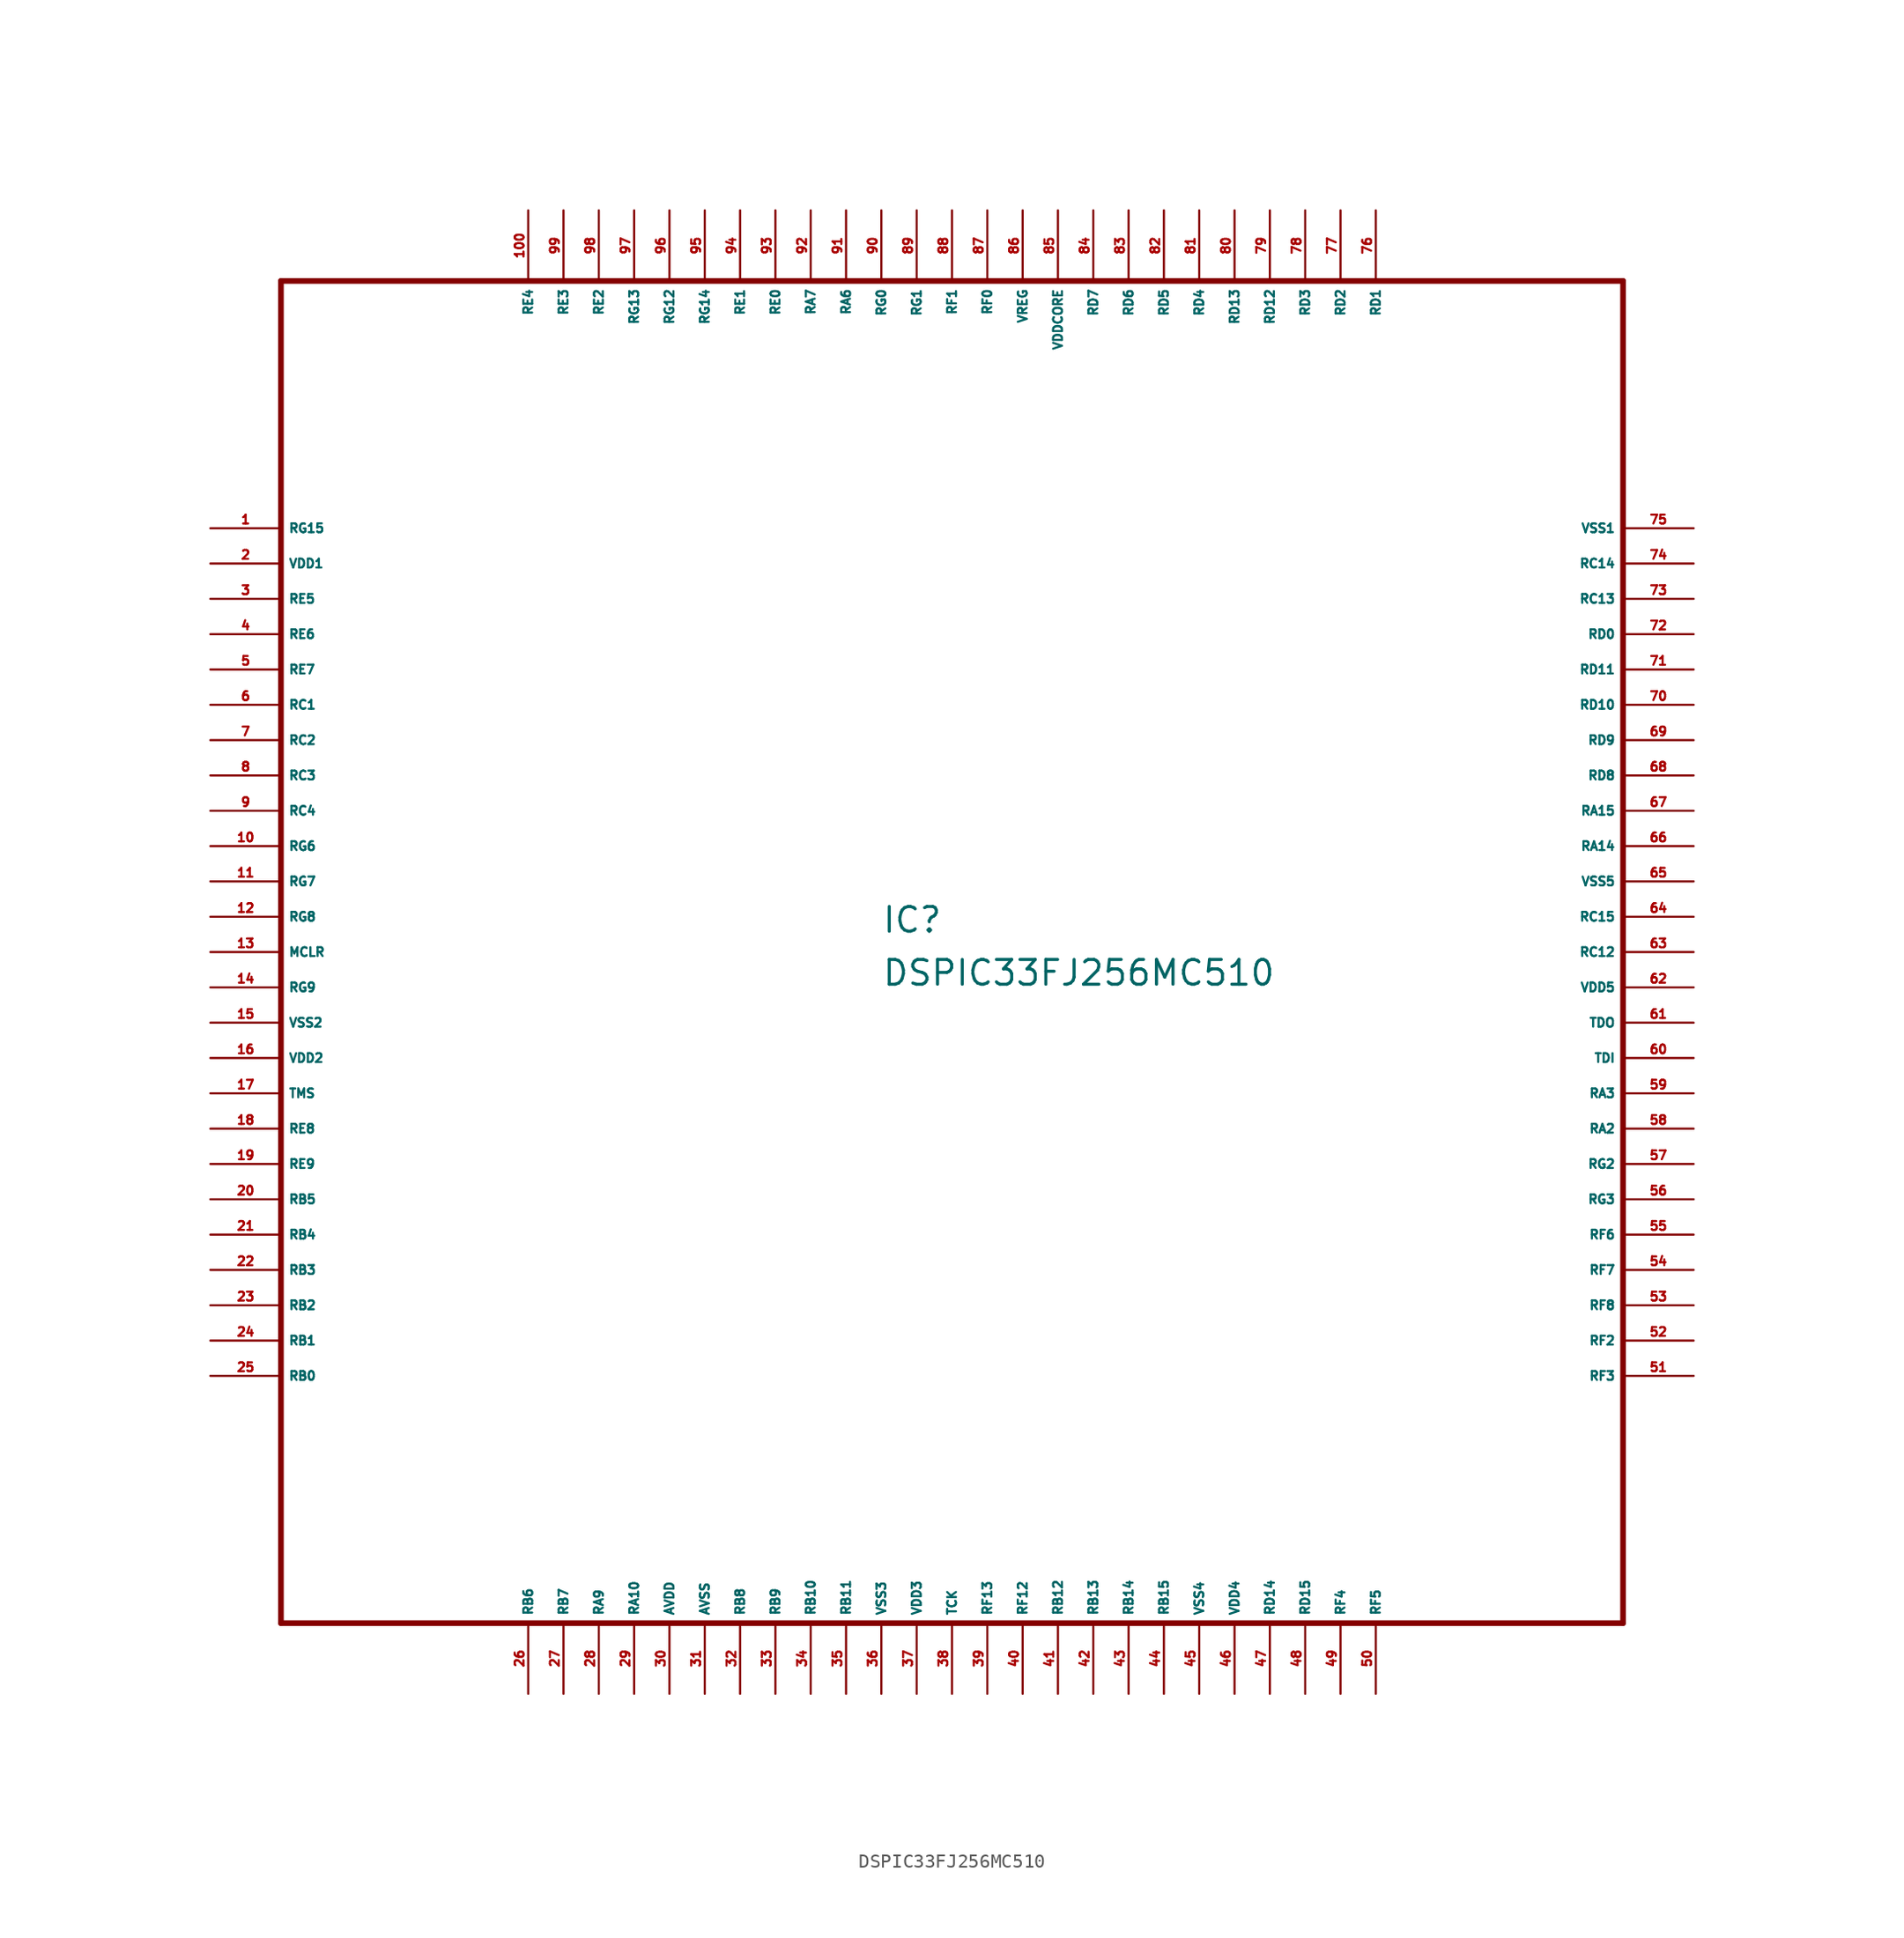
<source format=kicad_sym>
(kicad_symbol_lib
  (version 20220914)
  (generator Eagle2Kicad)
  (symbol "DSPIC33FJ256MC510"
    (property "Reference" "IC"
      (at -5.08 1.27 0)
      (effects (font (size 1.778 1.778) (thickness 0.22)) (justify left bottom)))
    (property "Value" "DSPIC33FJ256MC510"
      (at -5.08 -2.54 0)
      (effects (font (size 1.778 1.778) (thickness 0.22)) (justify left bottom)))
    (polyline
      (pts (xy -48.26 -48.26) (xy 48.26 -48.26))
      (stroke (width 0.406) (type default))
      (fill (type none)))
    (polyline
      (pts (xy 48.26 -48.26) (xy 48.26 48.26))
      (stroke (width 0.406) (type default))
      (fill (type none)))
    (polyline
      (pts (xy 48.26 48.26) (xy -48.26 48.26))
      (stroke (width 0.406) (type default))
      (fill (type none)))
    (polyline
      (pts (xy -48.26 48.26) (xy -48.26 -48.26))
      (stroke (width 0.406) (type default))
      (fill (type none)))
    (pin bidirectional line
      (at -53.34 30.48 0)
      (length 5.08)
      (name "RG15" (effects (font (size 0.635 0.635) (thickness 0.08)) (justify left bottom)))
      (number "1" (effects (font (size 0.635 0.635) (thickness 0.08)) (justify left bottom))))
    (pin unspecified line
      (at -53.34 27.94 0)
      (length 5.08)
      (name "VDD1" (effects (font (size 0.635 0.635) (thickness 0.08)) (justify left bottom)))
      (number "2" (effects (font (size 0.635 0.635) (thickness 0.08)) (justify left bottom))))
    (pin bidirectional line
      (at -53.34 25.4 0)
      (length 5.08)
      (name "RE5" (effects (font (size 0.635 0.635) (thickness 0.08)) (justify left bottom)))
      (number "3" (effects (font (size 0.635 0.635) (thickness 0.08)) (justify left bottom))))
    (pin bidirectional line
      (at -53.34 22.86 0)
      (length 5.08)
      (name "RE6" (effects (font (size 0.635 0.635) (thickness 0.08)) (justify left bottom)))
      (number "4" (effects (font (size 0.635 0.635) (thickness 0.08)) (justify left bottom))))
    (pin bidirectional line
      (at -53.34 20.32 0)
      (length 5.08)
      (name "RE7" (effects (font (size 0.635 0.635) (thickness 0.08)) (justify left bottom)))
      (number "5" (effects (font (size 0.635 0.635) (thickness 0.08)) (justify left bottom))))
    (pin bidirectional line
      (at -53.34 17.78 0)
      (length 5.08)
      (name "RC1" (effects (font (size 0.635 0.635) (thickness 0.08)) (justify left bottom)))
      (number "6" (effects (font (size 0.635 0.635) (thickness 0.08)) (justify left bottom))))
    (pin bidirectional line
      (at -53.34 15.24 0)
      (length 5.08)
      (name "RC2" (effects (font (size 0.635 0.635) (thickness 0.08)) (justify left bottom)))
      (number "7" (effects (font (size 0.635 0.635) (thickness 0.08)) (justify left bottom))))
    (pin bidirectional line
      (at -53.34 12.7 0)
      (length 5.08)
      (name "RC3" (effects (font (size 0.635 0.635) (thickness 0.08)) (justify left bottom)))
      (number "8" (effects (font (size 0.635 0.635) (thickness 0.08)) (justify left bottom))))
    (pin bidirectional line
      (at -53.34 10.16 0)
      (length 5.08)
      (name "RC4" (effects (font (size 0.635 0.635) (thickness 0.08)) (justify left bottom)))
      (number "9" (effects (font (size 0.635 0.635) (thickness 0.08)) (justify left bottom))))
    (pin bidirectional line
      (at -53.34 7.62 0)
      (length 5.08)
      (name "RG6" (effects (font (size 0.635 0.635) (thickness 0.08)) (justify left bottom)))
      (number "10" (effects (font (size 0.635 0.635) (thickness 0.08)) (justify left bottom))))
    (pin bidirectional line
      (at -53.34 5.08 0)
      (length 5.08)
      (name "RG7" (effects (font (size 0.635 0.635) (thickness 0.08)) (justify left bottom)))
      (number "11" (effects (font (size 0.635 0.635) (thickness 0.08)) (justify left bottom))))
    (pin bidirectional line
      (at -53.34 2.54 0)
      (length 5.08)
      (name "RG8" (effects (font (size 0.635 0.635) (thickness 0.08)) (justify left bottom)))
      (number "12" (effects (font (size 0.635 0.635) (thickness 0.08)) (justify left bottom))))
    (pin bidirectional line
      (at -53.34 0 0)
      (length 5.08)
      (name "MCLR" (effects (font (size 0.635 0.635) (thickness 0.08)) (justify left bottom)))
      (number "13" (effects (font (size 0.635 0.635) (thickness 0.08)) (justify left bottom))))
    (pin bidirectional line
      (at -53.34 -2.54 0)
      (length 5.08)
      (name "RG9" (effects (font (size 0.635 0.635) (thickness 0.08)) (justify left bottom)))
      (number "14" (effects (font (size 0.635 0.635) (thickness 0.08)) (justify left bottom))))
    (pin unspecified line
      (at -53.34 -5.08 0)
      (length 5.08)
      (name "VSS2" (effects (font (size 0.635 0.635) (thickness 0.08)) (justify left bottom)))
      (number "15" (effects (font (size 0.635 0.635) (thickness 0.08)) (justify left bottom))))
    (pin unspecified line
      (at -53.34 -7.62 0)
      (length 5.08)
      (name "VDD2" (effects (font (size 0.635 0.635) (thickness 0.08)) (justify left bottom)))
      (number "16" (effects (font (size 0.635 0.635) (thickness 0.08)) (justify left bottom))))
    (pin input line
      (at -53.34 -10.16 0)
      (length 5.08)
      (name "TMS" (effects (font (size 0.635 0.635) (thickness 0.08)) (justify left bottom)))
      (number "17" (effects (font (size 0.635 0.635) (thickness 0.08)) (justify left bottom))))
    (pin bidirectional line
      (at -53.34 -12.7 0)
      (length 5.08)
      (name "RE8" (effects (font (size 0.635 0.635) (thickness 0.08)) (justify left bottom)))
      (number "18" (effects (font (size 0.635 0.635) (thickness 0.08)) (justify left bottom))))
    (pin bidirectional line
      (at -53.34 -15.24 0)
      (length 5.08)
      (name "RE9" (effects (font (size 0.635 0.635) (thickness 0.08)) (justify left bottom)))
      (number "19" (effects (font (size 0.635 0.635) (thickness 0.08)) (justify left bottom))))
    (pin bidirectional line
      (at -53.34 -17.78 0)
      (length 5.08)
      (name "RB5" (effects (font (size 0.635 0.635) (thickness 0.08)) (justify left bottom)))
      (number "20" (effects (font (size 0.635 0.635) (thickness 0.08)) (justify left bottom))))
    (pin bidirectional line
      (at -53.34 -20.32 0)
      (length 5.08)
      (name "RB4" (effects (font (size 0.635 0.635) (thickness 0.08)) (justify left bottom)))
      (number "21" (effects (font (size 0.635 0.635) (thickness 0.08)) (justify left bottom))))
    (pin bidirectional line
      (at -53.34 -22.86 0)
      (length 5.08)
      (name "RB3" (effects (font (size 0.635 0.635) (thickness 0.08)) (justify left bottom)))
      (number "22" (effects (font (size 0.635 0.635) (thickness 0.08)) (justify left bottom))))
    (pin bidirectional line
      (at -53.34 -25.4 0)
      (length 5.08)
      (name "RB2" (effects (font (size 0.635 0.635) (thickness 0.08)) (justify left bottom)))
      (number "23" (effects (font (size 0.635 0.635) (thickness 0.08)) (justify left bottom))))
    (pin bidirectional line
      (at -53.34 -27.94 0)
      (length 5.08)
      (name "RB1" (effects (font (size 0.635 0.635) (thickness 0.08)) (justify left bottom)))
      (number "24" (effects (font (size 0.635 0.635) (thickness 0.08)) (justify left bottom))))
    (pin bidirectional line
      (at -53.34 -30.48 0)
      (length 5.08)
      (name "RB0" (effects (font (size 0.635 0.635) (thickness 0.08)) (justify left bottom)))
      (number "25" (effects (font (size 0.635 0.635) (thickness 0.08)) (justify left bottom))))
    (pin bidirectional line
      (at -30.48 -53.34 90)
      (length 5.08)
      (name "RB6" (effects (font (size 0.635 0.635) (thickness 0.08)) (justify left bottom)))
      (number "26" (effects (font (size 0.635 0.635) (thickness 0.08)) (justify left bottom))))
    (pin bidirectional line
      (at -27.94 -53.34 90)
      (length 5.08)
      (name "RB7" (effects (font (size 0.635 0.635) (thickness 0.08)) (justify left bottom)))
      (number "27" (effects (font (size 0.635 0.635) (thickness 0.08)) (justify left bottom))))
    (pin bidirectional line
      (at -25.4 -53.34 90)
      (length 5.08)
      (name "RA9" (effects (font (size 0.635 0.635) (thickness 0.08)) (justify left bottom)))
      (number "28" (effects (font (size 0.635 0.635) (thickness 0.08)) (justify left bottom))))
    (pin bidirectional line
      (at -22.86 -53.34 90)
      (length 5.08)
      (name "RA10" (effects (font (size 0.635 0.635) (thickness 0.08)) (justify left bottom)))
      (number "29" (effects (font (size 0.635 0.635) (thickness 0.08)) (justify left bottom))))
    (pin unspecified line
      (at -20.32 -53.34 90)
      (length 5.08)
      (name "AVDD" (effects (font (size 0.635 0.635) (thickness 0.08)) (justify left bottom)))
      (number "30" (effects (font (size 0.635 0.635) (thickness 0.08)) (justify left bottom))))
    (pin unspecified line
      (at -17.78 -53.34 90)
      (length 5.08)
      (name "AVSS" (effects (font (size 0.635 0.635) (thickness 0.08)) (justify left bottom)))
      (number "31" (effects (font (size 0.635 0.635) (thickness 0.08)) (justify left bottom))))
    (pin bidirectional line
      (at -15.24 -53.34 90)
      (length 5.08)
      (name "RB8" (effects (font (size 0.635 0.635) (thickness 0.08)) (justify left bottom)))
      (number "32" (effects (font (size 0.635 0.635) (thickness 0.08)) (justify left bottom))))
    (pin bidirectional line
      (at -12.7 -53.34 90)
      (length 5.08)
      (name "RB9" (effects (font (size 0.635 0.635) (thickness 0.08)) (justify left bottom)))
      (number "33" (effects (font (size 0.635 0.635) (thickness 0.08)) (justify left bottom))))
    (pin bidirectional line
      (at -10.16 -53.34 90)
      (length 5.08)
      (name "RB10" (effects (font (size 0.635 0.635) (thickness 0.08)) (justify left bottom)))
      (number "34" (effects (font (size 0.635 0.635) (thickness 0.08)) (justify left bottom))))
    (pin bidirectional line
      (at -7.62 -53.34 90)
      (length 5.08)
      (name "RB11" (effects (font (size 0.635 0.635) (thickness 0.08)) (justify left bottom)))
      (number "35" (effects (font (size 0.635 0.635) (thickness 0.08)) (justify left bottom))))
    (pin unspecified line
      (at -5.08 -53.34 90)
      (length 5.08)
      (name "VSS3" (effects (font (size 0.635 0.635) (thickness 0.08)) (justify left bottom)))
      (number "36" (effects (font (size 0.635 0.635) (thickness 0.08)) (justify left bottom))))
    (pin unspecified line
      (at -2.54 -53.34 90)
      (length 5.08)
      (name "VDD3" (effects (font (size 0.635 0.635) (thickness 0.08)) (justify left bottom)))
      (number "37" (effects (font (size 0.635 0.635) (thickness 0.08)) (justify left bottom))))
    (pin input line
      (at 0 -53.34 90)
      (length 5.08)
      (name "TCK" (effects (font (size 0.635 0.635) (thickness 0.08)) (justify left bottom)))
      (number "38" (effects (font (size 0.635 0.635) (thickness 0.08)) (justify left bottom))))
    (pin bidirectional line
      (at 2.54 -53.34 90)
      (length 5.08)
      (name "RF13" (effects (font (size 0.635 0.635) (thickness 0.08)) (justify left bottom)))
      (number "39" (effects (font (size 0.635 0.635) (thickness 0.08)) (justify left bottom))))
    (pin bidirectional line
      (at 5.08 -53.34 90)
      (length 5.08)
      (name "RF12" (effects (font (size 0.635 0.635) (thickness 0.08)) (justify left bottom)))
      (number "40" (effects (font (size 0.635 0.635) (thickness 0.08)) (justify left bottom))))
    (pin bidirectional line
      (at 7.62 -53.34 90)
      (length 5.08)
      (name "RB12" (effects (font (size 0.635 0.635) (thickness 0.08)) (justify left bottom)))
      (number "41" (effects (font (size 0.635 0.635) (thickness 0.08)) (justify left bottom))))
    (pin bidirectional line
      (at 10.16 -53.34 90)
      (length 5.08)
      (name "RB13" (effects (font (size 0.635 0.635) (thickness 0.08)) (justify left bottom)))
      (number "42" (effects (font (size 0.635 0.635) (thickness 0.08)) (justify left bottom))))
    (pin bidirectional line
      (at 12.7 -53.34 90)
      (length 5.08)
      (name "RB14" (effects (font (size 0.635 0.635) (thickness 0.08)) (justify left bottom)))
      (number "43" (effects (font (size 0.635 0.635) (thickness 0.08)) (justify left bottom))))
    (pin bidirectional line
      (at 15.24 -53.34 90)
      (length 5.08)
      (name "RB15" (effects (font (size 0.635 0.635) (thickness 0.08)) (justify left bottom)))
      (number "44" (effects (font (size 0.635 0.635) (thickness 0.08)) (justify left bottom))))
    (pin unspecified line
      (at 17.78 -53.34 90)
      (length 5.08)
      (name "VSS4" (effects (font (size 0.635 0.635) (thickness 0.08)) (justify left bottom)))
      (number "45" (effects (font (size 0.635 0.635) (thickness 0.08)) (justify left bottom))))
    (pin unspecified line
      (at 20.32 -53.34 90)
      (length 5.08)
      (name "VDD4" (effects (font (size 0.635 0.635) (thickness 0.08)) (justify left bottom)))
      (number "46" (effects (font (size 0.635 0.635) (thickness 0.08)) (justify left bottom))))
    (pin bidirectional line
      (at 22.86 -53.34 90)
      (length 5.08)
      (name "RD14" (effects (font (size 0.635 0.635) (thickness 0.08)) (justify left bottom)))
      (number "47" (effects (font (size 0.635 0.635) (thickness 0.08)) (justify left bottom))))
    (pin bidirectional line
      (at 25.4 -53.34 90)
      (length 5.08)
      (name "RD15" (effects (font (size 0.635 0.635) (thickness 0.08)) (justify left bottom)))
      (number "48" (effects (font (size 0.635 0.635) (thickness 0.08)) (justify left bottom))))
    (pin bidirectional line
      (at 27.94 -53.34 90)
      (length 5.08)
      (name "RF4" (effects (font (size 0.635 0.635) (thickness 0.08)) (justify left bottom)))
      (number "49" (effects (font (size 0.635 0.635) (thickness 0.08)) (justify left bottom))))
    (pin bidirectional line
      (at 30.48 -53.34 90)
      (length 5.08)
      (name "RF5" (effects (font (size 0.635 0.635) (thickness 0.08)) (justify left bottom)))
      (number "50" (effects (font (size 0.635 0.635) (thickness 0.08)) (justify left bottom))))
    (pin bidirectional line
      (at 53.34 -30.48 180)
      (length 5.08)
      (name "RF3" (effects (font (size 0.635 0.635) (thickness 0.08)) (justify left bottom)))
      (number "51" (effects (font (size 0.635 0.635) (thickness 0.08)) (justify left bottom))))
    (pin bidirectional line
      (at 53.34 -27.94 180)
      (length 5.08)
      (name "RF2" (effects (font (size 0.635 0.635) (thickness 0.08)) (justify left bottom)))
      (number "52" (effects (font (size 0.635 0.635) (thickness 0.08)) (justify left bottom))))
    (pin bidirectional line
      (at 53.34 -25.4 180)
      (length 5.08)
      (name "RF8" (effects (font (size 0.635 0.635) (thickness 0.08)) (justify left bottom)))
      (number "53" (effects (font (size 0.635 0.635) (thickness 0.08)) (justify left bottom))))
    (pin bidirectional line
      (at 53.34 -22.86 180)
      (length 5.08)
      (name "RF7" (effects (font (size 0.635 0.635) (thickness 0.08)) (justify left bottom)))
      (number "54" (effects (font (size 0.635 0.635) (thickness 0.08)) (justify left bottom))))
    (pin bidirectional line
      (at 53.34 -20.32 180)
      (length 5.08)
      (name "RF6" (effects (font (size 0.635 0.635) (thickness 0.08)) (justify left bottom)))
      (number "55" (effects (font (size 0.635 0.635) (thickness 0.08)) (justify left bottom))))
    (pin bidirectional line
      (at 53.34 -17.78 180)
      (length 5.08)
      (name "RG3" (effects (font (size 0.635 0.635) (thickness 0.08)) (justify left bottom)))
      (number "56" (effects (font (size 0.635 0.635) (thickness 0.08)) (justify left bottom))))
    (pin bidirectional line
      (at 53.34 -15.24 180)
      (length 5.08)
      (name "RG2" (effects (font (size 0.635 0.635) (thickness 0.08)) (justify left bottom)))
      (number "57" (effects (font (size 0.635 0.635) (thickness 0.08)) (justify left bottom))))
    (pin bidirectional line
      (at 53.34 -12.7 180)
      (length 5.08)
      (name "RA2" (effects (font (size 0.635 0.635) (thickness 0.08)) (justify left bottom)))
      (number "58" (effects (font (size 0.635 0.635) (thickness 0.08)) (justify left bottom))))
    (pin bidirectional line
      (at 53.34 -10.16 180)
      (length 5.08)
      (name "RA3" (effects (font (size 0.635 0.635) (thickness 0.08)) (justify left bottom)))
      (number "59" (effects (font (size 0.635 0.635) (thickness 0.08)) (justify left bottom))))
    (pin input line
      (at 53.34 -7.62 180)
      (length 5.08)
      (name "TDI" (effects (font (size 0.635 0.635) (thickness 0.08)) (justify left bottom)))
      (number "60" (effects (font (size 0.635 0.635) (thickness 0.08)) (justify left bottom))))
    (pin output line
      (at 53.34 -5.08 180)
      (length 5.08)
      (name "TDO" (effects (font (size 0.635 0.635) (thickness 0.08)) (justify left bottom)))
      (number "61" (effects (font (size 0.635 0.635) (thickness 0.08)) (justify left bottom))))
    (pin unspecified line
      (at 53.34 -2.54 180)
      (length 5.08)
      (name "VDD5" (effects (font (size 0.635 0.635) (thickness 0.08)) (justify left bottom)))
      (number "62" (effects (font (size 0.635 0.635) (thickness 0.08)) (justify left bottom))))
    (pin bidirectional line
      (at 53.34 0 180)
      (length 5.08)
      (name "RC12" (effects (font (size 0.635 0.635) (thickness 0.08)) (justify left bottom)))
      (number "63" (effects (font (size 0.635 0.635) (thickness 0.08)) (justify left bottom))))
    (pin bidirectional line
      (at 53.34 2.54 180)
      (length 5.08)
      (name "RC15" (effects (font (size 0.635 0.635) (thickness 0.08)) (justify left bottom)))
      (number "64" (effects (font (size 0.635 0.635) (thickness 0.08)) (justify left bottom))))
    (pin unspecified line
      (at 53.34 5.08 180)
      (length 5.08)
      (name "VSS5" (effects (font (size 0.635 0.635) (thickness 0.08)) (justify left bottom)))
      (number "65" (effects (font (size 0.635 0.635) (thickness 0.08)) (justify left bottom))))
    (pin bidirectional line
      (at 53.34 7.62 180)
      (length 5.08)
      (name "RA14" (effects (font (size 0.635 0.635) (thickness 0.08)) (justify left bottom)))
      (number "66" (effects (font (size 0.635 0.635) (thickness 0.08)) (justify left bottom))))
    (pin bidirectional line
      (at 53.34 10.16 180)
      (length 5.08)
      (name "RA15" (effects (font (size 0.635 0.635) (thickness 0.08)) (justify left bottom)))
      (number "67" (effects (font (size 0.635 0.635) (thickness 0.08)) (justify left bottom))))
    (pin bidirectional line
      (at 53.34 12.7 180)
      (length 5.08)
      (name "RD8" (effects (font (size 0.635 0.635) (thickness 0.08)) (justify left bottom)))
      (number "68" (effects (font (size 0.635 0.635) (thickness 0.08)) (justify left bottom))))
    (pin bidirectional line
      (at 53.34 15.24 180)
      (length 5.08)
      (name "RD9" (effects (font (size 0.635 0.635) (thickness 0.08)) (justify left bottom)))
      (number "69" (effects (font (size 0.635 0.635) (thickness 0.08)) (justify left bottom))))
    (pin bidirectional line
      (at 53.34 17.78 180)
      (length 5.08)
      (name "RD10" (effects (font (size 0.635 0.635) (thickness 0.08)) (justify left bottom)))
      (number "70" (effects (font (size 0.635 0.635) (thickness 0.08)) (justify left bottom))))
    (pin bidirectional line
      (at 53.34 20.32 180)
      (length 5.08)
      (name "RD11" (effects (font (size 0.635 0.635) (thickness 0.08)) (justify left bottom)))
      (number "71" (effects (font (size 0.635 0.635) (thickness 0.08)) (justify left bottom))))
    (pin bidirectional line
      (at 53.34 22.86 180)
      (length 5.08)
      (name "RD0" (effects (font (size 0.635 0.635) (thickness 0.08)) (justify left bottom)))
      (number "72" (effects (font (size 0.635 0.635) (thickness 0.08)) (justify left bottom))))
    (pin bidirectional line
      (at 53.34 25.4 180)
      (length 5.08)
      (name "RC13" (effects (font (size 0.635 0.635) (thickness 0.08)) (justify left bottom)))
      (number "73" (effects (font (size 0.635 0.635) (thickness 0.08)) (justify left bottom))))
    (pin bidirectional line
      (at 53.34 27.94 180)
      (length 5.08)
      (name "RC14" (effects (font (size 0.635 0.635) (thickness 0.08)) (justify left bottom)))
      (number "74" (effects (font (size 0.635 0.635) (thickness 0.08)) (justify left bottom))))
    (pin unspecified line
      (at 53.34 30.48 180)
      (length 5.08)
      (name "VSS1" (effects (font (size 0.635 0.635) (thickness 0.08)) (justify left bottom)))
      (number "75" (effects (font (size 0.635 0.635) (thickness 0.08)) (justify left bottom))))
    (pin bidirectional line
      (at 30.48 53.34 270)
      (length 5.08)
      (name "RD1" (effects (font (size 0.635 0.635) (thickness 0.08)) (justify left bottom)))
      (number "76" (effects (font (size 0.635 0.635) (thickness 0.08)) (justify left bottom))))
    (pin bidirectional line
      (at 27.94 53.34 270)
      (length 5.08)
      (name "RD2" (effects (font (size 0.635 0.635) (thickness 0.08)) (justify left bottom)))
      (number "77" (effects (font (size 0.635 0.635) (thickness 0.08)) (justify left bottom))))
    (pin bidirectional line
      (at 25.4 53.34 270)
      (length 5.08)
      (name "RD3" (effects (font (size 0.635 0.635) (thickness 0.08)) (justify left bottom)))
      (number "78" (effects (font (size 0.635 0.635) (thickness 0.08)) (justify left bottom))))
    (pin bidirectional line
      (at 22.86 53.34 270)
      (length 5.08)
      (name "RD12" (effects (font (size 0.635 0.635) (thickness 0.08)) (justify left bottom)))
      (number "79" (effects (font (size 0.635 0.635) (thickness 0.08)) (justify left bottom))))
    (pin bidirectional line
      (at 20.32 53.34 270)
      (length 5.08)
      (name "RD13" (effects (font (size 0.635 0.635) (thickness 0.08)) (justify left bottom)))
      (number "80" (effects (font (size 0.635 0.635) (thickness 0.08)) (justify left bottom))))
    (pin bidirectional line
      (at 17.78 53.34 270)
      (length 5.08)
      (name "RD4" (effects (font (size 0.635 0.635) (thickness 0.08)) (justify left bottom)))
      (number "81" (effects (font (size 0.635 0.635) (thickness 0.08)) (justify left bottom))))
    (pin bidirectional line
      (at 15.24 53.34 270)
      (length 5.08)
      (name "RD5" (effects (font (size 0.635 0.635) (thickness 0.08)) (justify left bottom)))
      (number "82" (effects (font (size 0.635 0.635) (thickness 0.08)) (justify left bottom))))
    (pin bidirectional line
      (at 12.7 53.34 270)
      (length 5.08)
      (name "RD6" (effects (font (size 0.635 0.635) (thickness 0.08)) (justify left bottom)))
      (number "83" (effects (font (size 0.635 0.635) (thickness 0.08)) (justify left bottom))))
    (pin bidirectional line
      (at 10.16 53.34 270)
      (length 5.08)
      (name "RD7" (effects (font (size 0.635 0.635) (thickness 0.08)) (justify left bottom)))
      (number "84" (effects (font (size 0.635 0.635) (thickness 0.08)) (justify left bottom))))
    (pin unspecified line
      (at 7.62 53.34 270)
      (length 5.08)
      (name "VDDCORE" (effects (font (size 0.635 0.635) (thickness 0.08)) (justify left bottom)))
      (number "85" (effects (font (size 0.635 0.635) (thickness 0.08)) (justify left bottom))))
    (pin passive line
      (at 5.08 53.34 270)
      (length 5.08)
      (name "VREG" (effects (font (size 0.635 0.635) (thickness 0.08)) (justify left bottom)))
      (number "86" (effects (font (size 0.635 0.635) (thickness 0.08)) (justify left bottom))))
    (pin bidirectional line
      (at 2.54 53.34 270)
      (length 5.08)
      (name "RF0" (effects (font (size 0.635 0.635) (thickness 0.08)) (justify left bottom)))
      (number "87" (effects (font (size 0.635 0.635) (thickness 0.08)) (justify left bottom))))
    (pin bidirectional line
      (at 0 53.34 270)
      (length 5.08)
      (name "RF1" (effects (font (size 0.635 0.635) (thickness 0.08)) (justify left bottom)))
      (number "88" (effects (font (size 0.635 0.635) (thickness 0.08)) (justify left bottom))))
    (pin bidirectional line
      (at -2.54 53.34 270)
      (length 5.08)
      (name "RG1" (effects (font (size 0.635 0.635) (thickness 0.08)) (justify left bottom)))
      (number "89" (effects (font (size 0.635 0.635) (thickness 0.08)) (justify left bottom))))
    (pin bidirectional line
      (at -5.08 53.34 270)
      (length 5.08)
      (name "RG0" (effects (font (size 0.635 0.635) (thickness 0.08)) (justify left bottom)))
      (number "90" (effects (font (size 0.635 0.635) (thickness 0.08)) (justify left bottom))))
    (pin bidirectional line
      (at -7.62 53.34 270)
      (length 5.08)
      (name "RA6" (effects (font (size 0.635 0.635) (thickness 0.08)) (justify left bottom)))
      (number "91" (effects (font (size 0.635 0.635) (thickness 0.08)) (justify left bottom))))
    (pin bidirectional line
      (at -10.16 53.34 270)
      (length 5.08)
      (name "RA7" (effects (font (size 0.635 0.635) (thickness 0.08)) (justify left bottom)))
      (number "92" (effects (font (size 0.635 0.635) (thickness 0.08)) (justify left bottom))))
    (pin bidirectional line
      (at -12.7 53.34 270)
      (length 5.08)
      (name "RE0" (effects (font (size 0.635 0.635) (thickness 0.08)) (justify left bottom)))
      (number "93" (effects (font (size 0.635 0.635) (thickness 0.08)) (justify left bottom))))
    (pin bidirectional line
      (at -15.24 53.34 270)
      (length 5.08)
      (name "RE1" (effects (font (size 0.635 0.635) (thickness 0.08)) (justify left bottom)))
      (number "94" (effects (font (size 0.635 0.635) (thickness 0.08)) (justify left bottom))))
    (pin bidirectional line
      (at -17.78 53.34 270)
      (length 5.08)
      (name "RG14" (effects (font (size 0.635 0.635) (thickness 0.08)) (justify left bottom)))
      (number "95" (effects (font (size 0.635 0.635) (thickness 0.08)) (justify left bottom))))
    (pin bidirectional line
      (at -20.32 53.34 270)
      (length 5.08)
      (name "RG12" (effects (font (size 0.635 0.635) (thickness 0.08)) (justify left bottom)))
      (number "96" (effects (font (size 0.635 0.635) (thickness 0.08)) (justify left bottom))))
    (pin bidirectional line
      (at -22.86 53.34 270)
      (length 5.08)
      (name "RG13" (effects (font (size 0.635 0.635) (thickness 0.08)) (justify left bottom)))
      (number "97" (effects (font (size 0.635 0.635) (thickness 0.08)) (justify left bottom))))
    (pin bidirectional line
      (at -25.4 53.34 270)
      (length 5.08)
      (name "RE2" (effects (font (size 0.635 0.635) (thickness 0.08)) (justify left bottom)))
      (number "98" (effects (font (size 0.635 0.635) (thickness 0.08)) (justify left bottom))))
    (pin bidirectional line
      (at -27.94 53.34 270)
      (length 5.08)
      (name "RE3" (effects (font (size 0.635 0.635) (thickness 0.08)) (justify left bottom)))
      (number "99" (effects (font (size 0.635 0.635) (thickness 0.08)) (justify left bottom))))
    (pin bidirectional line
      (at -30.48 53.34 270)
      (length 5.08)
      (name "RE4" (effects (font (size 0.635 0.635) (thickness 0.08)) (justify left bottom)))
      (number "100" (effects (font (size 0.635 0.635) (thickness 0.08)) (justify left bottom))))))
</source>
